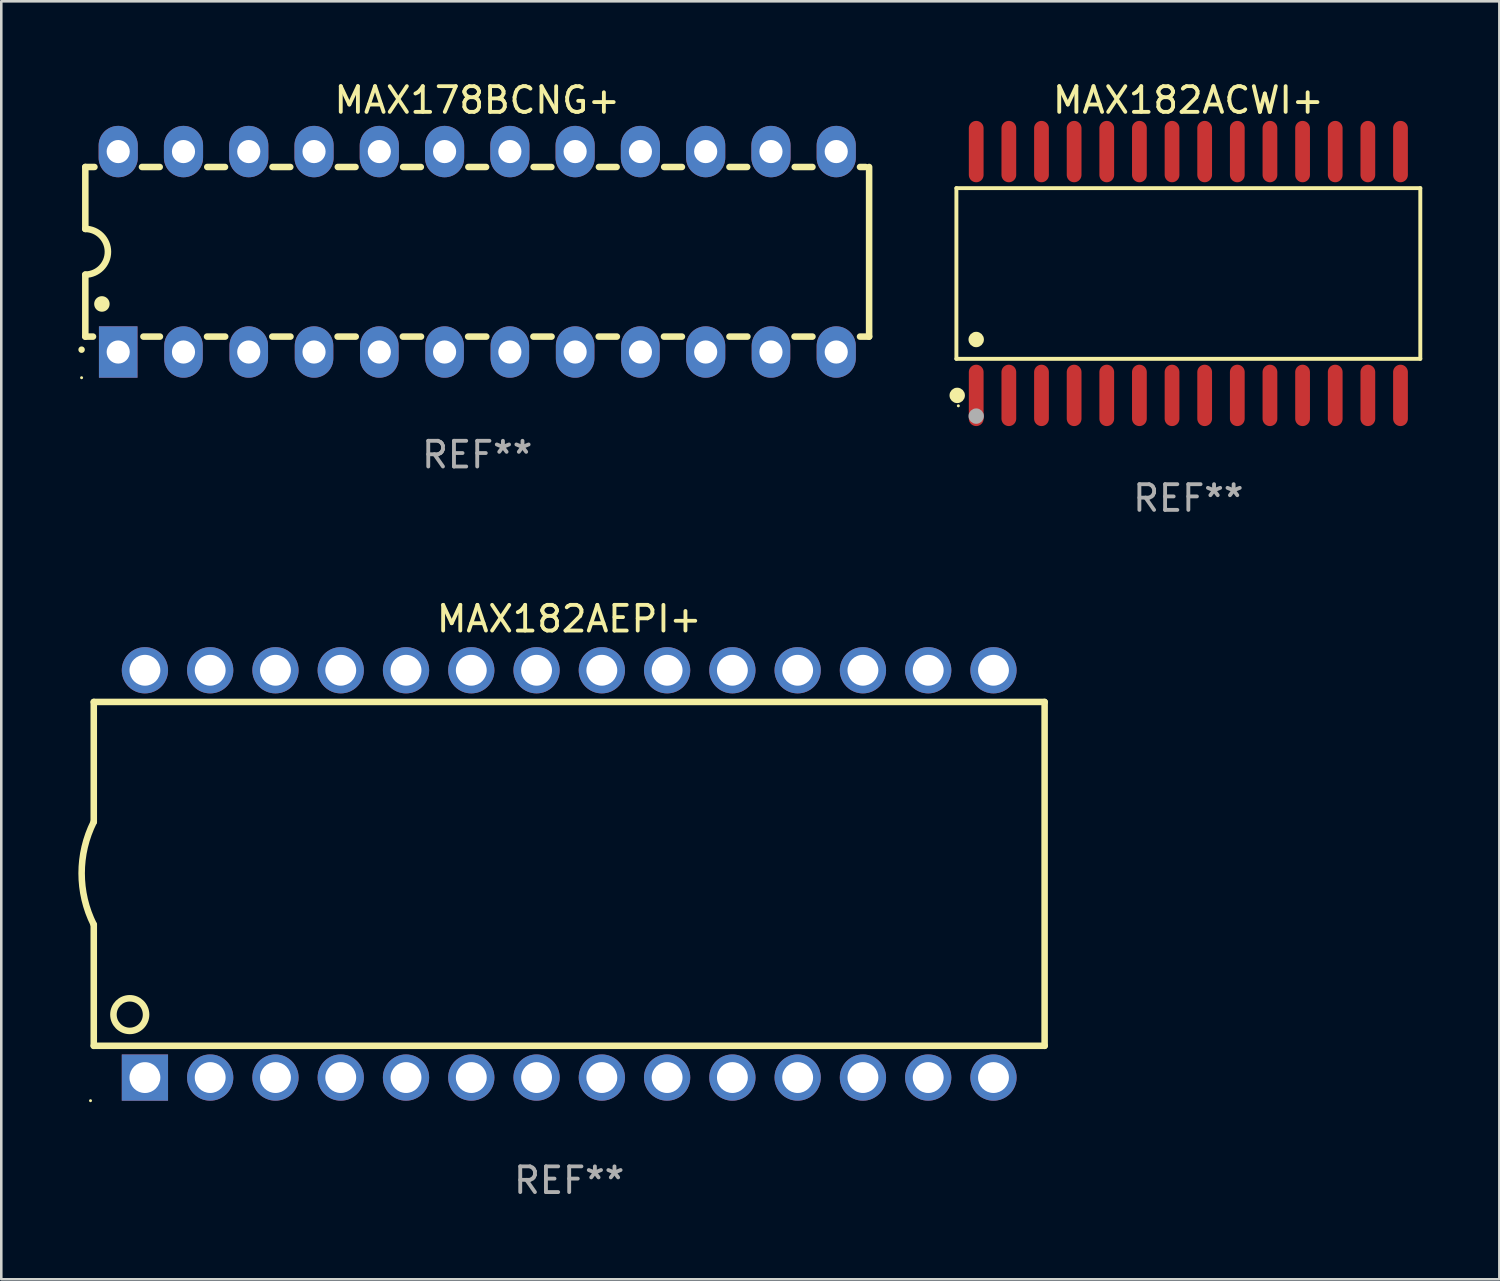
<source format=kicad_pcb>
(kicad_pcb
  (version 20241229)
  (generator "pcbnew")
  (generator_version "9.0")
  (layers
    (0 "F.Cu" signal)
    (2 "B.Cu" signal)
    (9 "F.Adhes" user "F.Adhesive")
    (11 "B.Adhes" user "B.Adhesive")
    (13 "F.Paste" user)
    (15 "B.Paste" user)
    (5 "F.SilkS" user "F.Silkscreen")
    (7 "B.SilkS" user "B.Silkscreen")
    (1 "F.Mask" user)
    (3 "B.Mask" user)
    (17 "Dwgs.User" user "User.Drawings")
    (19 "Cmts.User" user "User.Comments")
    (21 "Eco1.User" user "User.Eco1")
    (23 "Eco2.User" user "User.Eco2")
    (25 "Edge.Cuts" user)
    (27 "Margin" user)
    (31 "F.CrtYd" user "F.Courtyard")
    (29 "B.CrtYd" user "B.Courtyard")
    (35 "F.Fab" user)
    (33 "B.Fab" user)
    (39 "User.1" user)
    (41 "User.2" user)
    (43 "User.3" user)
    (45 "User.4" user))
  (footprint "MAX182AEPI+"
    (layer "F.Cu")
    (at 19.099 30.957)
    (property "Reference" "MAX182AEPI+" (at 0 -9.925 0) (layer "F.SilkS") (effects (font (size 1 1) (thickness 0.15))))
    (attr through_hole)
    (fp_line (start -18.5 -6.692) (end -18.5 -2.026) (stroke (width 0.254) (type solid)) (layer "F.SilkS"))
    (fp_line (start -18.5 6.689) (end -18.5 1.974) (stroke (width 0.254) (type solid)) (layer "F.SilkS"))
    (fp_line (start -18.5 6.689) (end 18.5 6.689) (stroke (width 0.254) (type solid)) (layer "F.SilkS"))
    (fp_line (start 18.5 -6.692) (end -18.5 -6.692) (stroke (width 0.254) (type solid)) (layer "F.SilkS"))
    (fp_line (start 18.5 6.689) (end 18.5 -6.692) (stroke (width 0.254) (type solid)) (layer "F.SilkS"))
    (fp_arc (start -18.500051 1.974346) (mid -18.972187 -0.025654) (end -18.500051 -2.025654) (stroke (width 0.254001) (type solid)) (layer "F.SilkS"))
    (fp_circle (center -18.627 8.824) (end -18.597 8.824) (stroke (width 0.06) (type solid)) (fill no) (layer "F.SilkS"))
    (fp_circle (center -17.1 5.474) (end -16.465 5.474) (stroke (width 0.254) (type solid)) (fill no) (layer "F.SilkS"))
    (fp_text user "REF**" (at 0 11.925 0) (layer "F.Fab") (effects (font (size 1 1) (thickness 0.15))))
    (pad "1" thru_hole rect (at -16.51 7.925) (size 1.8 1.8) (drill 1.2) (layers "*.Cu" "*.Mask"))
    (pad "2" thru_hole circle (at -13.97 7.924) (size 1.8 1.8) (drill 1.2) (layers "*.Cu" "*.Mask"))
    (pad "3" thru_hole circle (at -11.43 7.924) (size 1.8 1.8) (drill 1.2) (layers "*.Cu" "*.Mask"))
    (pad "4" thru_hole circle (at -8.89 7.924) (size 1.8 1.8) (drill 1.2) (layers "*.Cu" "*.Mask"))
    (pad "5" thru_hole circle (at -6.35 7.924) (size 1.8 1.8) (drill 1.2) (layers "*.Cu" "*.Mask"))
    (pad "6" thru_hole circle (at -3.81 7.924) (size 1.8 1.8) (drill 1.2) (layers "*.Cu" "*.Mask"))
    (pad "7" thru_hole circle (at -1.27 7.924) (size 1.8 1.8) (drill 1.2) (layers "*.Cu" "*.Mask"))
    (pad "8" thru_hole circle (at 1.27 7.924) (size 1.8 1.8) (drill 1.2) (layers "*.Cu" "*.Mask"))
    (pad "9" thru_hole circle (at 3.81 7.924) (size 1.8 1.8) (drill 1.2) (layers "*.Cu" "*.Mask"))
    (pad "10" thru_hole circle (at 6.35 7.924) (size 1.8 1.8) (drill 1.2) (layers "*.Cu" "*.Mask"))
    (pad "11" thru_hole circle (at 8.89 7.924) (size 1.8 1.8) (drill 1.2) (layers "*.Cu" "*.Mask"))
    (pad "12" thru_hole circle (at 11.43 7.924) (size 1.8 1.8) (drill 1.2) (layers "*.Cu" "*.Mask"))
    (pad "13" thru_hole circle (at 13.97 7.924) (size 1.8 1.8) (drill 1.2) (layers "*.Cu" "*.Mask"))
    (pad "14" thru_hole circle (at 16.51 7.924) (size 1.8 1.8) (drill 1.2) (layers "*.Cu" "*.Mask"))
    (pad "15" thru_hole circle (at 16.51 -7.925) (size 1.8 1.8) (drill 1.2) (layers "*.Cu" "*.Mask"))
    (pad "16" thru_hole circle (at 13.97 -7.925) (size 1.8 1.8) (drill 1.2) (layers "*.Cu" "*.Mask"))
    (pad "17" thru_hole circle (at 11.43 -7.925) (size 1.8 1.8) (drill 1.2) (layers "*.Cu" "*.Mask"))
    (pad "18" thru_hole circle (at 8.89 -7.925) (size 1.8 1.8) (drill 1.2) (layers "*.Cu" "*.Mask"))
    (pad "19" thru_hole circle (at 6.35 -7.925) (size 1.8 1.8) (drill 1.2) (layers "*.Cu" "*.Mask"))
    (pad "20" thru_hole circle (at 3.81 -7.925) (size 1.8 1.8) (drill 1.2) (layers "*.Cu" "*.Mask"))
    (pad "21" thru_hole circle (at 1.27 -7.925) (size 1.8 1.8) (drill 1.2) (layers "*.Cu" "*.Mask"))
    (pad "22" thru_hole circle (at -1.27 -7.925) (size 1.8 1.8) (drill 1.2) (layers "*.Cu" "*.Mask"))
    (pad "23" thru_hole circle (at -3.81 -7.925) (size 1.8 1.8) (drill 1.2) (layers "*.Cu" "*.Mask"))
    (pad "24" thru_hole circle (at -6.35 -7.925) (size 1.8 1.8) (drill 1.2) (layers "*.Cu" "*.Mask"))
    (pad "25" thru_hole circle (at -8.89 -7.925) (size 1.8 1.8) (drill 1.2) (layers "*.Cu" "*.Mask"))
    (pad "26" thru_hole circle (at -11.43 -7.925) (size 1.8 1.8) (drill 1.2) (layers "*.Cu" "*.Mask"))
    (pad "27" thru_hole circle (at -13.97 -7.925) (size 1.8 1.8) (drill 1.2) (layers "*.Cu" "*.Mask"))
    (pad "28" thru_hole circle (at -16.51 -7.925) (size 1.8 1.8) (drill 1.2) (layers "*.Cu" "*.Mask")))
  (footprint "MAX182ACWI+"
    (layer "F.Cu")
    (at 43.192 7.592)
    (property "Reference" "MAX182ACWI+" (at 0 -6.744 0) (layer "F.SilkS") (effects (font (size 1 1) (thickness 0.15))))
    (attr through_hole)
    (fp_line (start -9.026 -3.321) (end 9.026 -3.321) (stroke (width 0.152) (type solid)) (layer "F.SilkS"))
    (fp_line (start -9.026 3.321) (end -9.026 -3.321) (stroke (width 0.152) (type solid)) (layer "F.SilkS"))
    (fp_line (start 9.026 -3.321) (end 9.026 3.321) (stroke (width 0.152) (type solid)) (layer "F.SilkS"))
    (fp_line (start 9.026 3.321) (end -9.026 3.321) (stroke (width 0.152) (type solid)) (layer "F.SilkS"))
    (fp_circle (center -8.994 4.744) (end -8.844 4.744) (stroke (width 0.3) (type solid)) (fill no) (layer "F.SilkS"))
    (fp_circle (center -8.95 5.15) (end -8.92 5.15) (stroke (width 0.06) (type solid)) (fill no) (layer "F.SilkS"))
    (fp_circle (center -8.255 2.569) (end -8.105 2.569) (stroke (width 0.3) (type solid)) (fill no) (layer "F.SilkS"))
    (fp_circle (center -8.255 5.55) (end -8.105 5.55) (stroke (width 0.3) (type solid)) (fill no) (layer "F.Fab"))
    (fp_text user "REF**" (at 0 8.744 0) (layer "F.Fab") (effects (font (size 1 1) (thickness 0.15))))
    (pad "1" smd oval (at -8.255 4.744) (size 0.574 2.388) (layers "F.Cu" "F.Mask" "F.Paste"))
    (pad "2" smd oval (at -6.985 4.744) (size 0.574 2.388) (layers "F.Cu" "F.Mask" "F.Paste"))
    (pad "3" smd oval (at -5.715 4.744) (size 0.574 2.388) (layers "F.Cu" "F.Mask" "F.Paste"))
    (pad "4" smd oval (at -4.445 4.744) (size 0.574 2.388) (layers "F.Cu" "F.Mask" "F.Paste"))
    (pad "5" smd oval (at -3.175 4.744) (size 0.574 2.388) (layers "F.Cu" "F.Mask" "F.Paste"))
    (pad "6" smd oval (at -1.905 4.744) (size 0.574 2.388) (layers "F.Cu" "F.Mask" "F.Paste"))
    (pad "7" smd oval (at -0.635 4.744) (size 0.574 2.388) (layers "F.Cu" "F.Mask" "F.Paste"))
    (pad "8" smd oval (at 0.635 4.744) (size 0.574 2.388) (layers "F.Cu" "F.Mask" "F.Paste"))
    (pad "9" smd oval (at 1.905 4.744) (size 0.574 2.388) (layers "F.Cu" "F.Mask" "F.Paste"))
    (pad "10" smd oval (at 3.175 4.744) (size 0.574 2.388) (layers "F.Cu" "F.Mask" "F.Paste"))
    (pad "11" smd oval (at 4.445 4.744) (size 0.574 2.388) (layers "F.Cu" "F.Mask" "F.Paste"))
    (pad "12" smd oval (at 5.715 4.744) (size 0.574 2.388) (layers "F.Cu" "F.Mask" "F.Paste"))
    (pad "13" smd oval (at 6.985 4.744) (size 0.574 2.388) (layers "F.Cu" "F.Mask" "F.Paste"))
    (pad "14" smd oval (at 8.255 4.744) (size 0.574 2.388) (layers "F.Cu" "F.Mask" "F.Paste"))
    (pad "15" smd oval (at 8.255 -4.744) (size 0.574 2.388) (layers "F.Cu" "F.Mask" "F.Paste"))
    (pad "16" smd oval (at 6.985 -4.744) (size 0.574 2.388) (layers "F.Cu" "F.Mask" "F.Paste"))
    (pad "17" smd oval (at 5.715 -4.744) (size 0.574 2.388) (layers "F.Cu" "F.Mask" "F.Paste"))
    (pad "18" smd oval (at 4.445 -4.744) (size 0.574 2.388) (layers "F.Cu" "F.Mask" "F.Paste"))
    (pad "19" smd oval (at 3.175 -4.744) (size 0.574 2.388) (layers "F.Cu" "F.Mask" "F.Paste"))
    (pad "20" smd oval (at 1.905 -4.744) (size 0.574 2.388) (layers "F.Cu" "F.Mask" "F.Paste"))
    (pad "21" smd oval (at 0.635 -4.744) (size 0.574 2.388) (layers "F.Cu" "F.Mask" "F.Paste"))
    (pad "22" smd oval (at -0.635 -4.744) (size 0.574 2.388) (layers "F.Cu" "F.Mask" "F.Paste"))
    (pad "23" smd oval (at -1.905 -4.744) (size 0.574 2.388) (layers "F.Cu" "F.Mask" "F.Paste"))
    (pad "24" smd oval (at -3.175 -4.744) (size 0.574 2.388) (layers "F.Cu" "F.Mask" "F.Paste"))
    (pad "25" smd oval (at -4.445 -4.744) (size 0.574 2.388) (layers "F.Cu" "F.Mask" "F.Paste"))
    (pad "26" smd oval (at -5.715 -4.744) (size 0.574 2.388) (layers "F.Cu" "F.Mask" "F.Paste"))
    (pad "27" smd oval (at -6.985 -4.744) (size 0.574 2.388) (layers "F.Cu" "F.Mask" "F.Paste"))
    (pad "28" smd oval (at -8.255 -4.744) (size 0.574 2.388) (layers "F.Cu" "F.Mask" "F.Paste")))
  (footprint "MAX178BCNG+"
    (layer "F.Cu")
    (at 15.52 6.748)
    (property "Reference" "MAX178BCNG+" (at 0 -5.9 0) (layer "F.SilkS") (effects (font (size 1 1) (thickness 0.15))))
    (attr through_hole)
    (fp_line (start -15.25 -3.3) (end -15.25 -0.889) (stroke (width 0.254) (type solid)) (layer "F.SilkS"))
    (fp_line (start -15.25 -3.3) (end -14.895 -3.3) (stroke (width 0.254) (type solid)) (layer "F.SilkS"))
    (fp_line (start -15.25 3.3) (end -15.25 0.889) (stroke (width 0.254) (type solid)) (layer "F.SilkS"))
    (fp_line (start -15.25 3.3) (end -14.951 3.3) (stroke (width 0.254) (type solid)) (layer "F.SilkS"))
    (fp_line (start -13.045 -3.3) (end -12.355 -3.3) (stroke (width 0.254) (type solid)) (layer "F.SilkS"))
    (fp_line (start -12.989 3.3) (end -12.347 3.3) (stroke (width 0.254) (type solid)) (layer "F.SilkS"))
    (fp_line (start -10.514 3.3) (end -9.807 3.3) (stroke (width 0.254) (type solid)) (layer "F.SilkS"))
    (fp_line (start -10.505 -3.3) (end -9.815 -3.3) (stroke (width 0.254) (type solid)) (layer "F.SilkS"))
    (fp_line (start -7.974 3.3) (end -7.267 3.3) (stroke (width 0.254) (type solid)) (layer "F.SilkS"))
    (fp_line (start -7.965 -3.3) (end -7.275 -3.3) (stroke (width 0.254) (type solid)) (layer "F.SilkS"))
    (fp_line (start -5.434 3.3) (end -4.727 3.3) (stroke (width 0.254) (type solid)) (layer "F.SilkS"))
    (fp_line (start -5.425 -3.3) (end -4.735 -3.3) (stroke (width 0.254) (type solid)) (layer "F.SilkS"))
    (fp_line (start -2.894 3.3) (end -2.187 3.3) (stroke (width 0.254) (type solid)) (layer "F.SilkS"))
    (fp_line (start -2.885 -3.3) (end -2.195 -3.3) (stroke (width 0.254) (type solid)) (layer "F.SilkS"))
    (fp_line (start -0.354 3.3) (end 0.353 3.3) (stroke (width 0.254) (type solid)) (layer "F.SilkS"))
    (fp_line (start -0.345 -3.3) (end 0.345 -3.3) (stroke (width 0.254) (type solid)) (layer "F.SilkS"))
    (fp_line (start 2.186 3.3) (end 2.893 3.3) (stroke (width 0.254) (type solid)) (layer "F.SilkS"))
    (fp_line (start 2.195 -3.3) (end 2.885 -3.3) (stroke (width 0.254) (type solid)) (layer "F.SilkS"))
    (fp_line (start 4.726 3.3) (end 5.434 3.3) (stroke (width 0.254) (type solid)) (layer "F.SilkS"))
    (fp_line (start 4.735 -3.3) (end 5.425 -3.3) (stroke (width 0.254) (type solid)) (layer "F.SilkS"))
    (fp_line (start 7.266 3.3) (end 7.965 3.3) (stroke (width 0.254) (type solid)) (layer "F.SilkS"))
    (fp_line (start 7.275 -3.3) (end 7.965 -3.3) (stroke (width 0.254) (type solid)) (layer "F.SilkS"))
    (fp_line (start 9.815 -3.3) (end 10.505 -3.3) (stroke (width 0.254) (type solid)) (layer "F.SilkS"))
    (fp_line (start 9.815 3.3) (end 10.514 3.3) (stroke (width 0.254) (type solid)) (layer "F.SilkS"))
    (fp_line (start 12.346 3.3) (end 13.045 3.3) (stroke (width 0.254) (type solid)) (layer "F.SilkS"))
    (fp_line (start 12.355 -3.3) (end 13.045 -3.3) (stroke (width 0.254) (type solid)) (layer "F.SilkS"))
    (fp_line (start 14.895 -3.3) (end 15.113 -3.3) (stroke (width 0.254) (type solid)) (layer "F.SilkS"))
    (fp_line (start 14.895 3.3) (end 15.25 3.3) (stroke (width 0.254) (type solid)) (layer "F.SilkS"))
    (fp_line (start 15.25 -3.3) (end 15.25 3.3) (stroke (width 0.254) (type solid)) (layer "F.SilkS"))
    (fp_arc (start -15.394971 3.810033) (mid -15.394978 3.808763) (end -15.394971 3.807493) (stroke (width 0.25) (type solid)) (layer "F.SilkS"))
    (fp_arc (start -15.251053 -0.890146) (mid -14.361467 -0.001067) (end -15.250038 0.889027) (stroke (width 0.254001) (type solid)) (layer "F.SilkS"))
    (fp_arc (start -14.605029 2.032029) (mid -14.60504 2.029489) (end -14.605029 2.026949) (stroke (width 0.6) (type solid)) (layer "F.SilkS"))
    (fp_circle (center -15.395 4.9) (end -15.365 4.9) (stroke (width 0.06) (type solid)) (fill no) (layer "F.SilkS"))
    (fp_text user "REF**" (at 0 7.9 0) (layer "F.Fab") (effects (font (size 1 1) (thickness 0.15))))
    (pad "1" thru_hole rect (at -13.97 3.9 90) (size 2 1.5) (drill 0.9) (layers "*.Cu" "*.Mask"))
    (pad "2" thru_hole oval (at -11.43 3.9 90) (size 2 1.5) (drill 0.9) (layers "*.Cu" "*.Mask"))
    (pad "3" thru_hole oval (at -8.89 3.9 90) (size 2 1.5) (drill 0.9) (layers "*.Cu" "*.Mask"))
    (pad "4" thru_hole oval (at -6.35 3.9 90) (size 2 1.5) (drill 0.9) (layers "*.Cu" "*.Mask"))
    (pad "5" thru_hole oval (at -3.81 3.9 90) (size 2 1.5) (drill 0.9) (layers "*.Cu" "*.Mask"))
    (pad "6" thru_hole oval (at -1.27 3.9 90) (size 2 1.5) (drill 0.9) (layers "*.Cu" "*.Mask"))
    (pad "7" thru_hole oval (at 1.27 3.9 90) (size 2 1.5) (drill 0.9) (layers "*.Cu" "*.Mask"))
    (pad "8" thru_hole oval (at 3.81 3.9 90) (size 2 1.5) (drill 0.9) (layers "*.Cu" "*.Mask"))
    (pad "9" thru_hole oval (at 6.35 3.9 90) (size 2 1.5) (drill 0.9) (layers "*.Cu" "*.Mask"))
    (pad "10" thru_hole oval (at 8.89 3.9 90) (size 2 1.524) (drill 0.9) (layers "*.Cu" "*.Mask"))
    (pad "11" thru_hole oval (at 11.43 3.9 90) (size 2 1.5) (drill 0.9) (layers "*.Cu" "*.Mask"))
    (pad "12" thru_hole oval (at 13.97 3.9 90) (size 2 1.524) (drill 0.9) (layers "*.Cu" "*.Mask"))
    (pad "13" thru_hole oval (at 13.97 -3.9 90) (size 2 1.524) (drill 0.9) (layers "*.Cu" "*.Mask"))
    (pad "14" thru_hole oval (at 11.43 -3.9 90) (size 2 1.524) (drill 0.9) (layers "*.Cu" "*.Mask"))
    (pad "15" thru_hole oval (at 8.89 -3.9 90) (size 2 1.524) (drill 0.9) (layers "*.Cu" "*.Mask"))
    (pad "16" thru_hole oval (at 6.35 -3.9 90) (size 2 1.524) (drill 0.9) (layers "*.Cu" "*.Mask"))
    (pad "17" thru_hole oval (at 3.81 -3.9 90) (size 2 1.524) (drill 0.9) (layers "*.Cu" "*.Mask"))
    (pad "18" thru_hole oval (at 1.27 -3.9 90) (size 2 1.524) (drill 0.9) (layers "*.Cu" "*.Mask"))
    (pad "19" thru_hole oval (at -1.27 -3.9 90) (size 2 1.524) (drill 0.9) (layers "*.Cu" "*.Mask"))
    (pad "20" thru_hole oval (at -3.81 -3.9 90) (size 2 1.524) (drill 0.9) (layers "*.Cu" "*.Mask"))
    (pad "21" thru_hole oval (at -6.35 -3.9 90) (size 2 1.524) (drill 0.9) (layers "*.Cu" "*.Mask"))
    (pad "22" thru_hole oval (at -8.89 -3.9 90) (size 2 1.524) (drill 0.9) (layers "*.Cu" "*.Mask"))
    (pad "23" thru_hole oval (at -11.43 -3.9 90) (size 2 1.524) (drill 0.9) (layers "*.Cu" "*.Mask"))
    (pad "24" thru_hole oval (at -13.97 -3.9 90) (size 2 1.524) (drill 0.9) (layers "*.Cu" "*.Mask")))
  (gr_rect
    (start -3 -3)
    (end 55.294 46.731)
    (stroke (width 0.1) (type default))
    (fill no)
    (layer "Edge.Cuts")))
</source>
